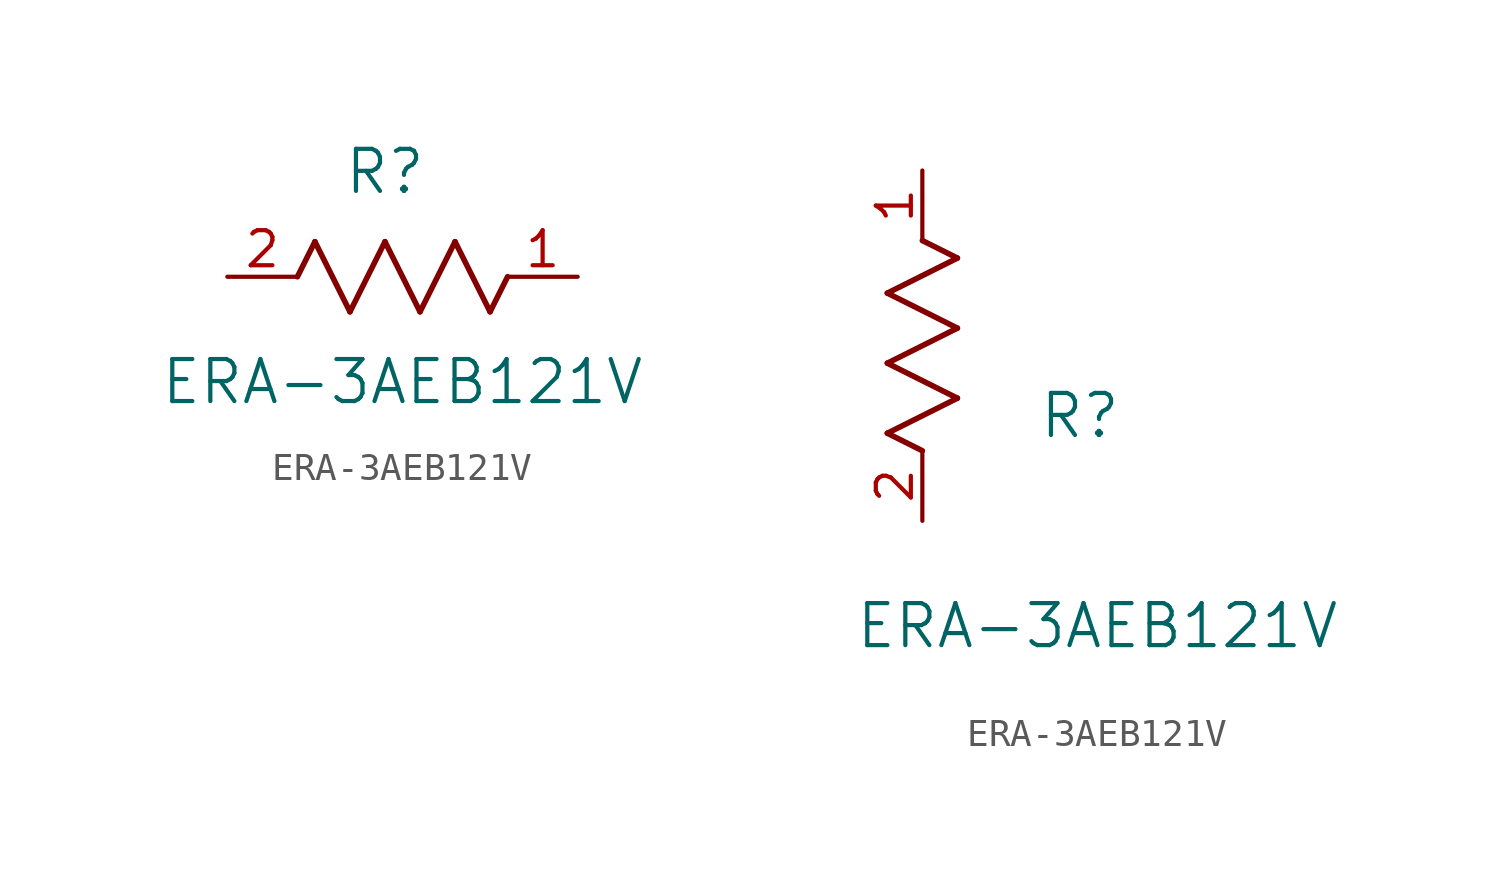
<source format=kicad_sym>
(kicad_symbol_lib
  (version 20211014)
  (generator kicad_symbol_editor)
  (symbol "ERA-3AEB121V"
    (pin_names
      (offset 0.254))
    (property "Reference" "R"
      (at 5.715 3.81 0)
      (effects (font (size 1.524 1.524))))
    (property "Value" "ERA-3AEB121V"
      (at 6.35 -3.81 0)
      (effects (font (size 1.524 1.524))))
    (symbol "ERA-3AEB121V_1_1"
      (polyline (pts (xy 3.175 1.27) (xy 4.445 -1.27)) (stroke (width 0.203) (type default) (color 0 0 0 0)) (fill (type none)))
      (polyline (pts (xy 4.445 -1.27) (xy 5.715 1.27)) (stroke (width 0.203) (type default) (color 0 0 0 0)) (fill (type none)))
      (polyline (pts (xy 5.715 1.27) (xy 6.985 -1.27)) (stroke (width 0.203) (type default) (color 0 0 0 0)) (fill (type none)))
      (polyline (pts (xy 6.985 -1.27) (xy 8.255 1.27)) (stroke (width 0.203) (type default) (color 0 0 0 0)) (fill (type none)))
      (polyline (pts (xy 8.255 1.27) (xy 9.525 -1.27)) (stroke (width 0.203) (type default) (color 0 0 0 0)) (fill (type none)))
      (polyline (pts (xy 2.54 0) (xy 3.175 1.27)) (stroke (width 0.203) (type default) (color 0 0 0 0)) (fill (type none)))
      (polyline (pts (xy 9.525 -1.27) (xy 10.16 0)) (stroke (width 0.203) (type default) (color 0 0 0 0)) (fill (type none)))
      (pin unspecified line (at 12.7 0 180) (length 2.54) (name "" (effects (font (size 1.27 1.27)))) (number "1" (effects (font (size 1.27 1.27)))))
      (pin unspecified line (at 0 0 0) (length 2.54) (name "" (effects (font (size 1.27 1.27)))) (number "2" (effects (font (size 1.27 1.27))))))
    (symbol "ERA-3AEB121V_1_2"
      (polyline (pts (xy 0 2.54) (xy -1.27 3.175)) (stroke (width 0.203) (type default) (color 0 0 0 0)) (fill (type none)))
      (polyline (pts (xy -1.27 3.175) (xy 1.27 4.445)) (stroke (width 0.203) (type default) (color 0 0 0 0)) (fill (type none)))
      (polyline (pts (xy 1.27 4.445) (xy -1.27 5.715)) (stroke (width 0.203) (type default) (color 0 0 0 0)) (fill (type none)))
      (polyline (pts (xy -1.27 5.715) (xy 1.27 6.985)) (stroke (width 0.203) (type default) (color 0 0 0 0)) (fill (type none)))
      (polyline (pts (xy -1.27 8.255) (xy 1.27 9.525)) (stroke (width 0.203) (type default) (color 0 0 0 0)) (fill (type none)))
      (polyline (pts (xy 1.27 9.525) (xy 0 10.16)) (stroke (width 0.203) (type default) (color 0 0 0 0)) (fill (type none)))
      (polyline (pts (xy 1.27 6.985) (xy -1.27 8.255)) (stroke (width 0.203) (type default) (color 0 0 0 0)) (fill (type none)))
      (pin unspecified line (at 0 12.7 270) (length 2.54) (name "" (effects (font (size 1.27 1.27)))) (number "1" (effects (font (size 1.27 1.27)))))
      (pin unspecified line (at 0 0 90) (length 2.54) (name "" (effects (font (size 1.27 1.27)))) (number "2" (effects (font (size 1.27 1.27))))))))
</source>
